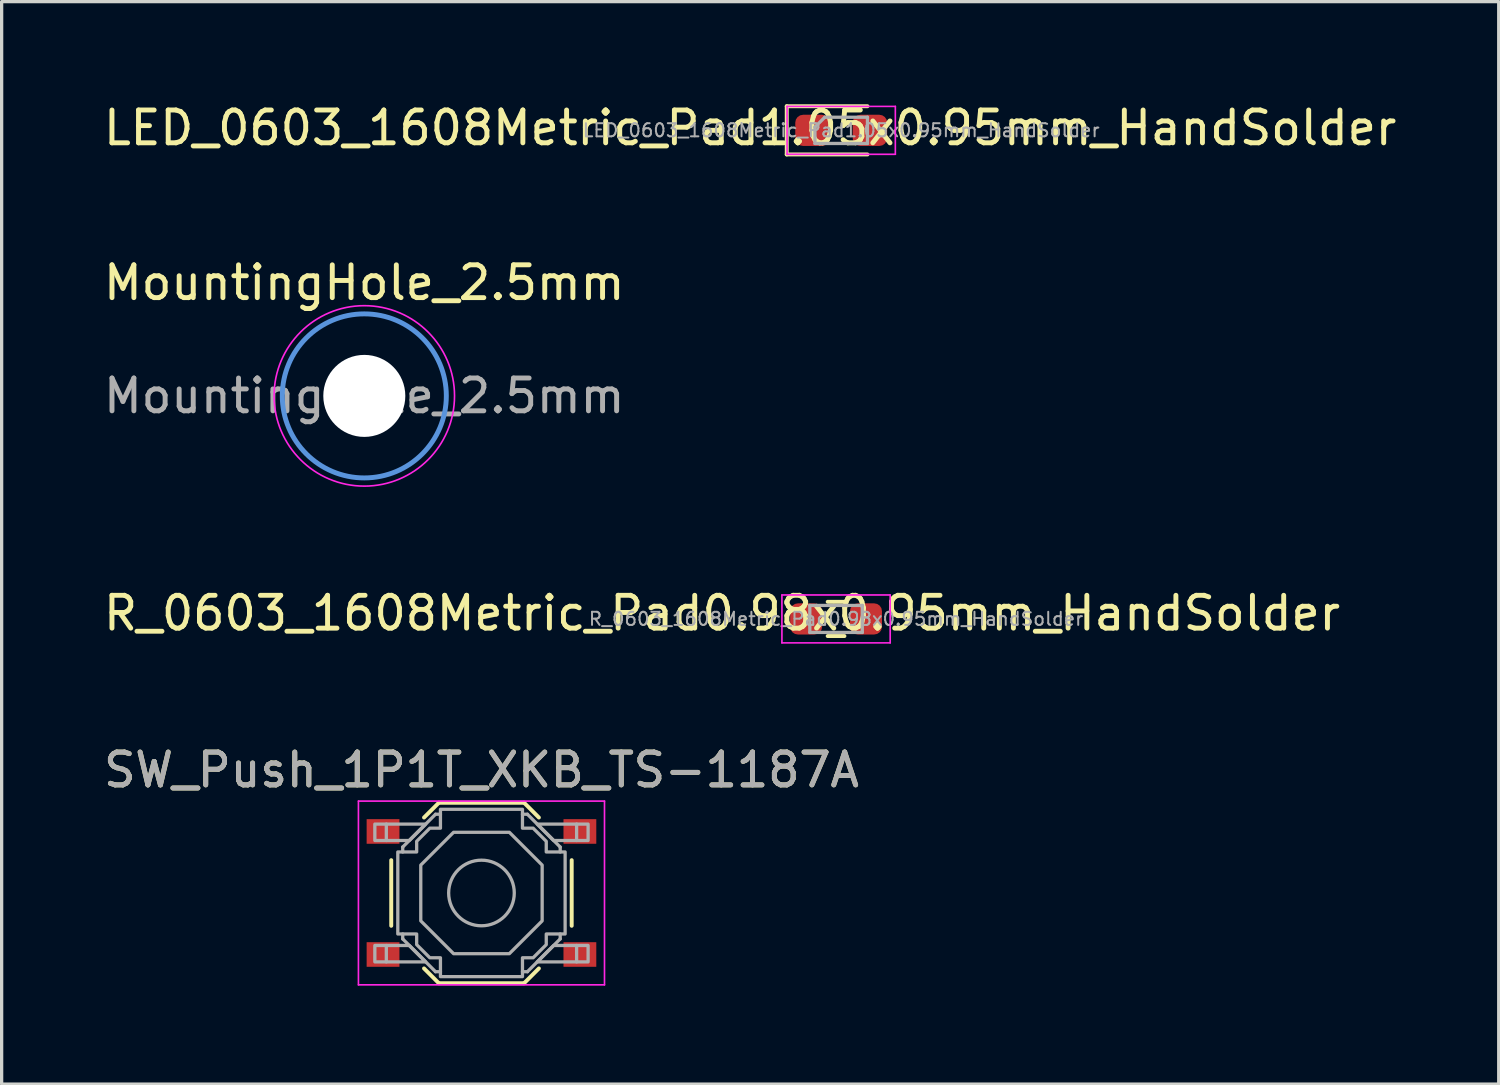
<source format=kicad_pcb>
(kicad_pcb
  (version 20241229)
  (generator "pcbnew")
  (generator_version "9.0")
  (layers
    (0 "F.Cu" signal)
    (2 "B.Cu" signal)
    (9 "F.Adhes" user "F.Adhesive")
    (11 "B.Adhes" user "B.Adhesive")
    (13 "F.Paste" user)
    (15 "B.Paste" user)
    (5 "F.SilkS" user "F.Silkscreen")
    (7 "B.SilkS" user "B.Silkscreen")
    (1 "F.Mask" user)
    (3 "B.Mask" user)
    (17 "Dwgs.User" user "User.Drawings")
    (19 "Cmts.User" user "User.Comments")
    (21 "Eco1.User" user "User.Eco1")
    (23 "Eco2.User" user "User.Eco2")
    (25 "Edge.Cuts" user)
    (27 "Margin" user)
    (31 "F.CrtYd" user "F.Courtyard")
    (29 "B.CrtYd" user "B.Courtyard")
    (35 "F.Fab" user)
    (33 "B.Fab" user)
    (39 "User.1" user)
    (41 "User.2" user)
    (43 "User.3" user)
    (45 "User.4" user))
  (footprint "R_0603_1608Metric_Pad0.98x0.95mm_HandSolder"
    (layer "F.Cu")
    (at 22.433 15.815)
    (property "Reference" "R_0603_1608Metric_Pad0.98x0.95mm_HandSolder" (at -3.475 -0.175 0) (layer "F.SilkS") (effects (font (size 1 1) (thickness 0.15))))
    (attr smd)
    (fp_line (start -0.255 -0.522) (end 0.255 -0.522) (stroke (width 0.12) (type solid)) (layer "F.SilkS"))
    (fp_line (start -0.255 0.522) (end 0.255 0.522) (stroke (width 0.12) (type solid)) (layer "F.SilkS"))
    (fp_line (start -1.65 -0.73) (end 1.65 -0.73) (stroke (width 0.05) (type solid)) (layer "F.CrtYd"))
    (fp_line (start -1.65 0.73) (end -1.65 -0.73) (stroke (width 0.05) (type solid)) (layer "F.CrtYd"))
    (fp_line (start 1.65 -0.73) (end 1.65 0.73) (stroke (width 0.05) (type solid)) (layer "F.CrtYd"))
    (fp_line (start 1.65 0.73) (end -1.65 0.73) (stroke (width 0.05) (type solid)) (layer "F.CrtYd"))
    (fp_line (start -0.8 -0.412) (end 0.8 -0.412) (stroke (width 0.1) (type solid)) (layer "F.Fab"))
    (fp_line (start -0.8 0.412) (end -0.8 -0.412) (stroke (width 0.1) (type solid)) (layer "F.Fab"))
    (fp_line (start 0.8 -0.412) (end 0.8 0.412) (stroke (width 0.1) (type solid)) (layer "F.Fab"))
    (fp_line (start 0.8 0.412) (end -0.8 0.412) (stroke (width 0.1) (type solid)) (layer "F.Fab"))
    (fp_text user "${REFERENCE}" (at 0 0 0) (layer "F.Fab") (effects (font (size 0.4 0.4) (thickness 0.06))))
    (pad "1" smd roundrect (at -0.912 0) (size 0.975 0.95) (layers "F.Cu" "F.Mask" "F.Paste") (roundrect_rratio 0.25))
    (pad "2" smd roundrect (at 0.912 0) (size 0.975 0.95) (layers "F.Cu" "F.Mask" "F.Paste") (roundrect_rratio 0.25)))
  (footprint "MountingHole_2.5mm"
    (layer "F.Cu")
    (at 8.054 9.017)
    (property "Reference" "MountingHole_2.5mm" (at 0 -3.45 0) (layer "F.SilkS") (effects (font (size 1 1) (thickness 0.15))))
    (attr exclude_from_pos_files exclude_from_bom)
    (fp_circle (center 0 0) (end 2.5 0) (stroke (width 0.15) (type solid)) (fill no) (layer "Cmts.User"))
    (fp_circle (center 0 0) (end 2.75 0) (stroke (width 0.05) (type solid)) (fill no) (layer "F.CrtYd"))
    (fp_text user "${REFERENCE}" (at 0 0 0) (layer "F.Fab") (effects (font (size 1 1) (thickness 0.15))))
    (pad "" np_thru_hole circle (at 0 0) (size 2.5 2.5) (drill 2.5) (layers "*.Cu" "*.Mask")))
  (footprint "LED_0603_1608Metric_Pad1.05x0.95mm_HandSolder"
    (layer "F.Cu")
    (at 22.59 0.923)
    (property "Reference" "LED_0603_1608Metric_Pad1.05x0.95mm_HandSolder" (at -2.775 -0.075 180) (layer "F.SilkS") (effects (font (size 1 1) (thickness 0.15))))
    (attr smd)
    (fp_line (start -1.66 -0.735) (end -1.66 0.735) (stroke (width 0.12) (type solid)) (layer "F.SilkS"))
    (fp_line (start -1.66 0.735) (end 0.8 0.735) (stroke (width 0.12) (type solid)) (layer "F.SilkS"))
    (fp_line (start 0.8 -0.735) (end -1.66 -0.735) (stroke (width 0.12) (type solid)) (layer "F.SilkS"))
    (fp_line (start -1.65 -0.73) (end 1.65 -0.73) (stroke (width 0.05) (type solid)) (layer "F.CrtYd"))
    (fp_line (start -1.65 0.73) (end -1.65 -0.73) (stroke (width 0.05) (type solid)) (layer "F.CrtYd"))
    (fp_line (start 1.65 -0.73) (end 1.65 0.73) (stroke (width 0.05) (type solid)) (layer "F.CrtYd"))
    (fp_line (start 1.65 0.73) (end -1.65 0.73) (stroke (width 0.05) (type solid)) (layer "F.CrtYd"))
    (fp_line (start -0.8 -0.1) (end -0.8 0.4) (stroke (width 0.1) (type solid)) (layer "F.Fab"))
    (fp_line (start -0.8 0.4) (end 0.8 0.4) (stroke (width 0.1) (type solid)) (layer "F.Fab"))
    (fp_line (start -0.5 -0.4) (end -0.8 -0.1) (stroke (width 0.1) (type solid)) (layer "F.Fab"))
    (fp_line (start 0.8 -0.4) (end -0.5 -0.4) (stroke (width 0.1) (type solid)) (layer "F.Fab"))
    (fp_line (start 0.8 0.4) (end 0.8 -0.4) (stroke (width 0.1) (type solid)) (layer "F.Fab"))
    (fp_text user "${REFERENCE}" (at 0 0 180) (layer "F.Fab") (effects (font (size 0.4 0.4) (thickness 0.06))))
    (pad "1" smd roundrect (at -0.875 0) (size 1.05 0.95) (layers "F.Cu" "F.Mask" "F.Paste") (roundrect_rratio 0.25))
    (pad "2" smd roundrect (at 0.875 0) (size 1.05 0.95) (layers "F.Cu" "F.Mask" "F.Paste") (roundrect_rratio 0.25)))
  (footprint "SW_Push_1P1T_XKB_TS-1187A"
    (layer "F.Cu")
    (at 11.625 24.168)
    (property "Reference" "SW_Push_1P1T_XKB_TS-1187A" (at 0 -3.75 0) (layer "F.SilkS") (effects (font (size 1 1) (thickness 0.15))))
    (attr smd)
    (fp_line (start -2.75 -1) (end -2.75 1) (stroke (width 0.12) (type solid)) (layer "F.SilkS"))
    (fp_line (start -1.75 -2.3) (end -1.3 -2.75) (stroke (width 0.12) (type solid)) (layer "F.SilkS"))
    (fp_line (start -1.75 2.3) (end -1.3 2.75) (stroke (width 0.12) (type solid)) (layer "F.SilkS"))
    (fp_line (start -1.3 -2.75) (end 1.3 -2.75) (stroke (width 0.12) (type solid)) (layer "F.SilkS"))
    (fp_line (start -1.3 2.75) (end 1.3 2.75) (stroke (width 0.12) (type solid)) (layer "F.SilkS"))
    (fp_line (start 1.75 -2.3) (end 1.3 -2.75) (stroke (width 0.12) (type solid)) (layer "F.SilkS"))
    (fp_line (start 1.75 2.3) (end 1.3 2.75) (stroke (width 0.12) (type solid)) (layer "F.SilkS"))
    (fp_line (start 2.75 -1) (end 2.75 1) (stroke (width 0.12) (type solid)) (layer "F.SilkS"))
    (fp_line (start -3.75 -2.8) (end 3.75 -2.8) (stroke (width 0.05) (type solid)) (layer "F.CrtYd"))
    (fp_line (start -3.75 2.8) (end -3.75 -2.8) (stroke (width 0.05) (type solid)) (layer "F.CrtYd"))
    (fp_line (start 3.75 -2.8) (end 3.75 2.8) (stroke (width 0.05) (type solid)) (layer "F.CrtYd"))
    (fp_line (start 3.75 2.8) (end -3.75 2.8) (stroke (width 0.05) (type solid)) (layer "F.CrtYd"))
    (fp_line (start -2.9 -2.1) (end -2.9 -1.6) (stroke (width 0.1) (type solid)) (layer "F.Fab"))
    (fp_line (start -2.9 2.1) (end -2.9 1.6) (stroke (width 0.1) (type solid)) (layer "F.Fab"))
    (fp_line (start -2.4 -1.4) (end -1.4 -2.4) (stroke (width 0.1) (type solid)) (layer "F.Fab"))
    (fp_line (start -2.4 -1.25) (end -2.4 -1.4) (stroke (width 0.1) (type solid)) (layer "F.Fab"))
    (fp_line (start -2.4 1.4) (end -2.4 1.25) (stroke (width 0.1) (type solid)) (layer "F.Fab"))
    (fp_line (start -1.4 -2.4) (end -1.25 -2.4) (stroke (width 0.1) (type solid)) (layer "F.Fab"))
    (fp_line (start -1.4 2.4) (end -2.4 1.4) (stroke (width 0.1) (type solid)) (layer "F.Fab"))
    (fp_line (start -1.25 2.4) (end -1.4 2.4) (stroke (width 0.1) (type solid)) (layer "F.Fab"))
    (fp_line (start 1.25 -2.4) (end 1.4 -2.4) (stroke (width 0.1) (type solid)) (layer "F.Fab"))
    (fp_line (start 1.4 -2.4) (end 2.4 -1.4) (stroke (width 0.1) (type solid)) (layer "F.Fab"))
    (fp_line (start 1.4 2.4) (end 1.25 2.4) (stroke (width 0.1) (type solid)) (layer "F.Fab"))
    (fp_line (start 2.4 -1.4) (end 2.4 -1.25) (stroke (width 0.1) (type solid)) (layer "F.Fab"))
    (fp_line (start 2.4 1.25) (end 2.4 1.4) (stroke (width 0.1) (type solid)) (layer "F.Fab"))
    (fp_line (start 2.4 1.4) (end 1.4 2.4) (stroke (width 0.1) (type solid)) (layer "F.Fab"))
    (fp_line (start 2.9 -2.1) (end 2.9 -1.6) (stroke (width 0.1) (type solid)) (layer "F.Fab"))
    (fp_line (start 2.9 2.1) (end 2.9 1.6) (stroke (width 0.1) (type solid)) (layer "F.Fab"))
    (fp_circle (center 0 0) (end 1 0) (stroke (width 0.1) (type solid)) (fill no) (layer "F.Fab"))
    (fp_poly (pts (xy -1.7 -2.1) (xy -2.2 -1.6) (xy -3.25 -1.6) (xy -3.25 -2.1)) (stroke (width 0.1) (type solid)) (fill no) (layer "F.Fab"))
    (fp_poly (pts (xy -1.7 2.1) (xy -2.2 1.6) (xy -3.25 1.6) (xy -3.25 2.1)) (stroke (width 0.1) (type solid)) (fill no) (layer "F.Fab"))
    (fp_poly (pts (xy 1.7 -2.1) (xy 2.2 -1.6) (xy 3.25 -1.6) (xy 3.25 -2.1)) (stroke (width 0.1) (type solid)) (fill no) (layer "F.Fab"))
    (fp_poly (pts (xy 1.7 2.1) (xy 2.2 1.6) (xy 3.25 1.6) (xy 3.25 2.1)) (stroke (width 0.1) (type solid)) (fill no) (layer "F.Fab"))
    (fp_poly (pts (xy 0.85 -1.85) (xy 1.85 -0.85) (xy 1.85 0.85) (xy 0.85 1.85) (xy -0.85 1.85) (xy -1.85 0.85) (xy -1.85 -0.85) (xy -0.85 -1.85)) (stroke (width 0.1) (type solid)) (fill no) (layer "F.Fab"))
    (fp_poly (pts (xy -1.25 -2.55) (xy 1.25 -2.55) (xy 1.25 -1.975) (xy 1.575 -1.975) (xy 1.975 -1.575) (xy 1.975 -1.25) (xy 2.55 -1.25) (xy 2.55 1.25) (xy 1.975 1.25) (xy 1.975 1.575) (xy 1.575 1.975) (xy 1.25 1.975) (xy 1.25 2.55) (xy -1.25 2.55) (xy -1.25 1.975) (xy -1.575 1.975) (xy -1.975 1.575) (xy -1.975 1.25) (xy -2.55 1.25) (xy -2.55 -1.25) (xy -1.975 -1.25) (xy -1.975 -1.575) (xy -1.575 -1.975) (xy -1.25 -1.975)) (stroke (width 0.1) (type solid)) (fill no) (layer "F.Fab"))
    (fp_text user "${REFERENCE}" (at 0 -3.75 0) (layer "F.Fab") (effects (font (size 1 1) (thickness 0.15))))
    (pad "1" smd rect (at -3 -1.875) (size 1 0.75) (layers "F.Cu" "F.Mask" "F.Paste"))
    (pad "1" smd rect (at 3 -1.875) (size 1 0.75) (layers "F.Cu" "F.Mask" "F.Paste"))
    (pad "2" smd rect (at -3 1.875) (size 1 0.75) (layers "F.Cu" "F.Mask" "F.Paste"))
    (pad "2" smd rect (at 3 1.875) (size 1 0.75) (layers "F.Cu" "F.Mask" "F.Paste")))
  (gr_rect
    (start -3 -3)
    (end 42.631 29.993)
    (stroke (width 0.1) (type default))
    (fill no)
    (layer "Edge.Cuts")))
</source>
